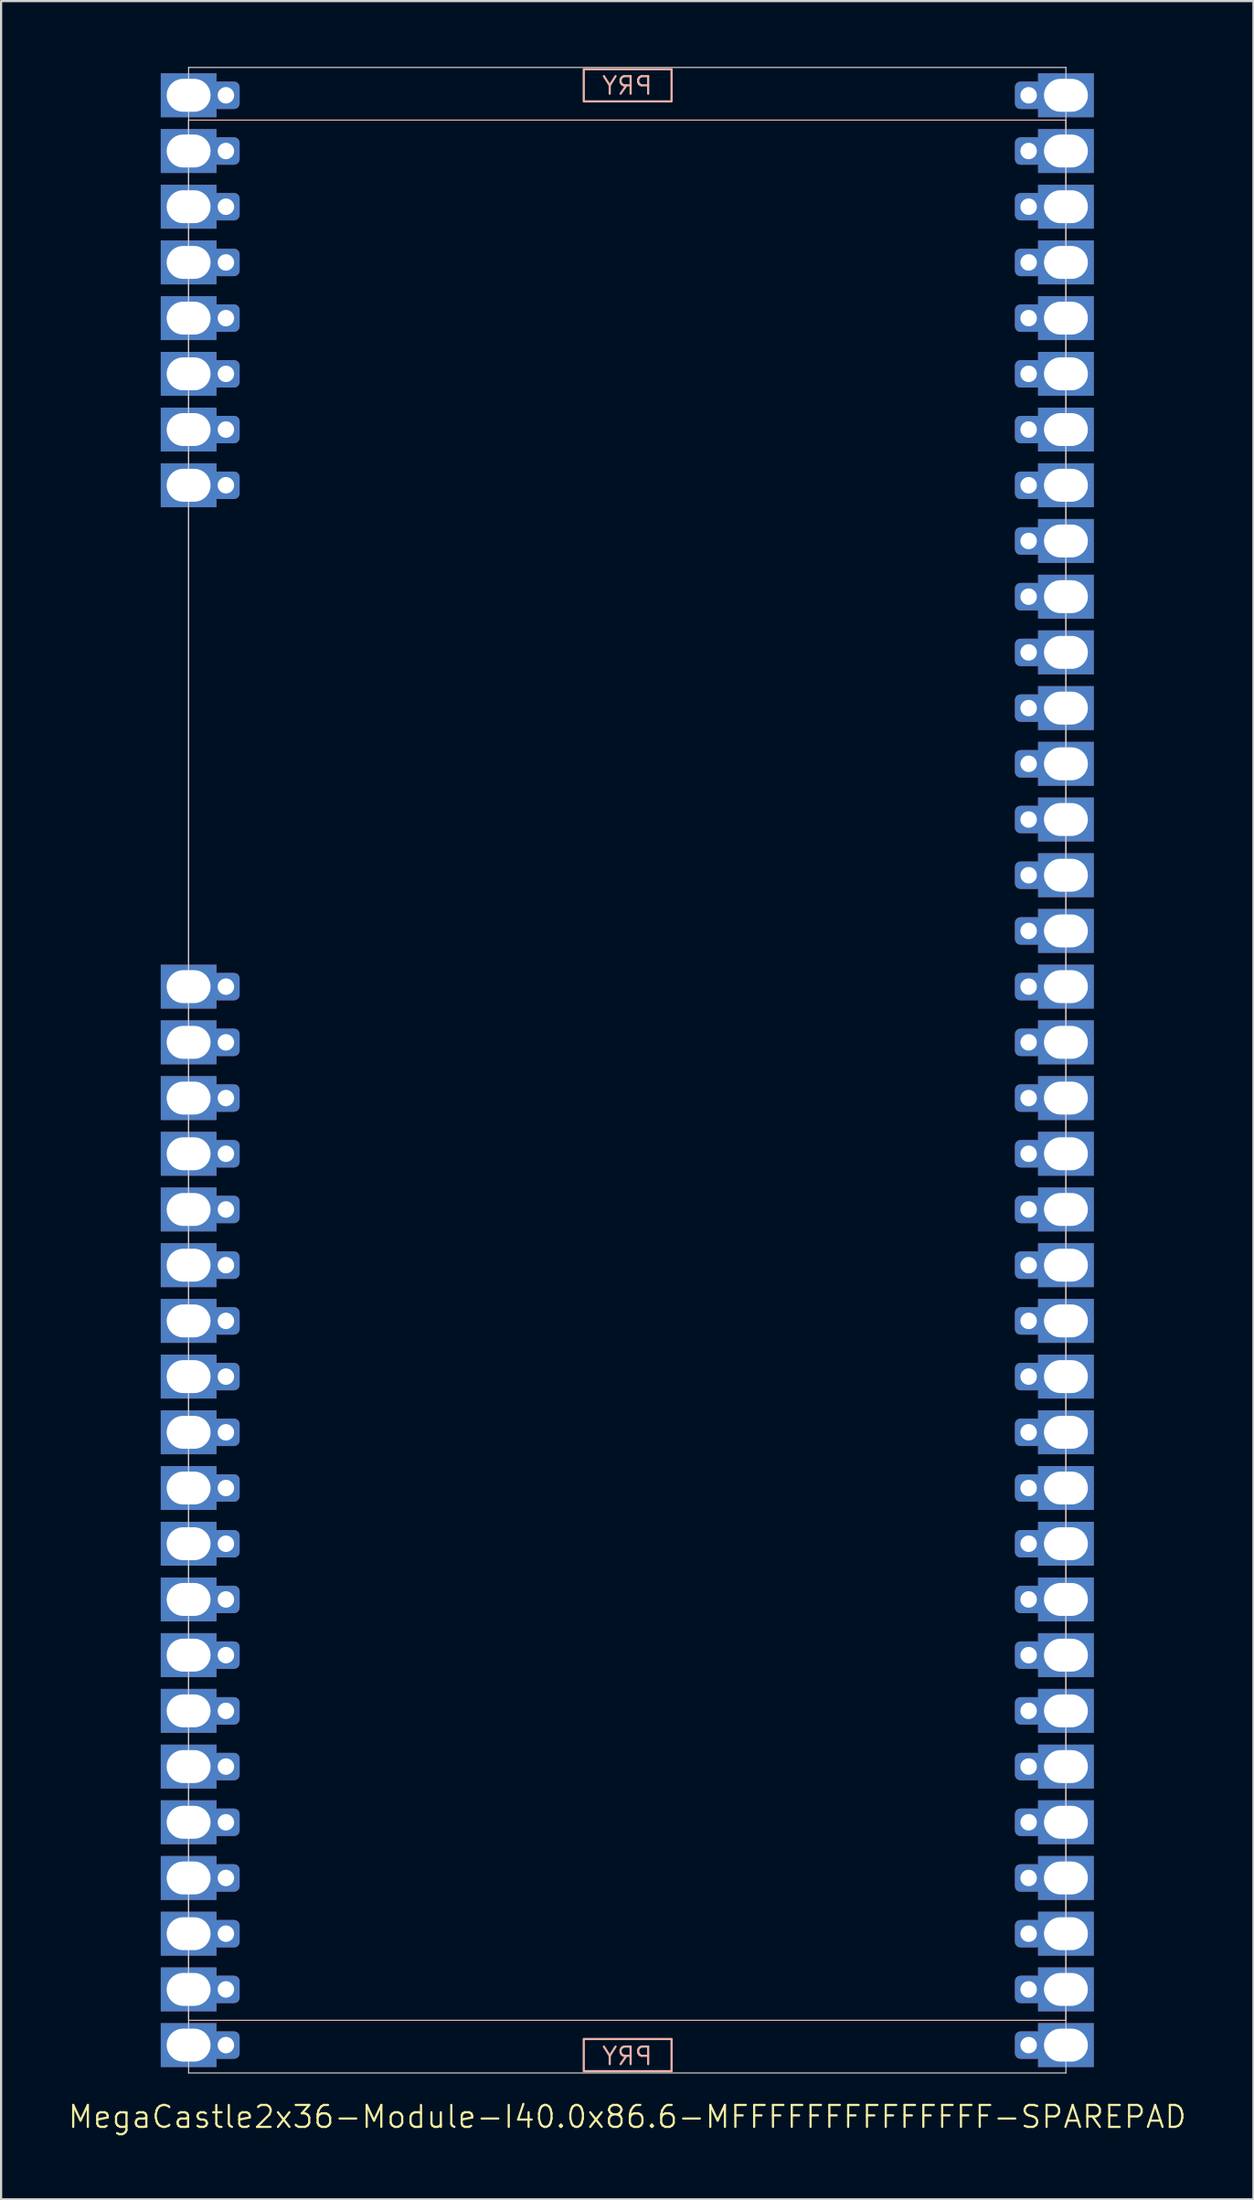
<source format=kicad_pcb>
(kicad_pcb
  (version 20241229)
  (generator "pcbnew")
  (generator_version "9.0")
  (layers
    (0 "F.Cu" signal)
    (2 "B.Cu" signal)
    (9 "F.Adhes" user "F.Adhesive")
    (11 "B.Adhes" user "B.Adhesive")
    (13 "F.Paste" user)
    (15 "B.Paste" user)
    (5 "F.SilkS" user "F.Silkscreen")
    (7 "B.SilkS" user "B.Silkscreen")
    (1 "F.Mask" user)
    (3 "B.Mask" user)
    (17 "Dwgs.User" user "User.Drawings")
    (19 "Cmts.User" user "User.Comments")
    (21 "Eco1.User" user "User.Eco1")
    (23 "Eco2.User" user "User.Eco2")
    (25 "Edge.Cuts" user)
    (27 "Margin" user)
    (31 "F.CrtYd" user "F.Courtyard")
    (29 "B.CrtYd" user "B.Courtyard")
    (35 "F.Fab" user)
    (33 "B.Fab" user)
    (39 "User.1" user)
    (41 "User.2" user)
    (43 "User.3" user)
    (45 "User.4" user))
  (footprint "MegaCastle2x36-Module-I40.0x86.6-MFFFFFFFFFFFFFF-SPAREPAD"
    (layer "F.Cu")
    (at 25.55 45.745)
    (property "Reference" "MegaCastle2x36-Module-I40.0x86.6-MFFFFFFFFFFFFFF-SPAREPAD" (at 0 47.72 0) (unlocked yes) (layer "F.SilkS") (effects (font (size 1 1) (thickness 0.1))))
    (attr smd)
    (fp_rect (start -20 43.32) (end 20 -43.32) (stroke (width 0.05) (type default)) (fill no) (layer "B.SilkS"))
    (fp_rect (start -1.984 -44.171) (end 2.02 -45.64) (stroke (width 0.1) (type default)) (fill no) (layer "B.SilkS"))
    (fp_rect (start -1.984 44.171) (end 2.02 45.64) (stroke (width 0.1) (type default)) (fill no) (layer "B.SilkS"))
    (fp_line (start -20 -45.72) (end -20 45.72) (stroke (width 0.05) (type default)) (layer "Edge.Cuts"))
    (fp_line (start -20 -45.72) (end 20 -45.72) (stroke (width 0.05) (type default)) (layer "Edge.Cuts"))
    (fp_line (start -20 45.72) (end 20 45.72) (stroke (width 0.05) (type default)) (layer "Edge.Cuts"))
    (fp_line (start 20 -45.72) (end 20 45.72) (stroke (width 0.05) (type default)) (layer "Edge.Cuts"))
    (fp_text user "PRY" (at 0 45.42 0) (unlocked yes) (layer "B.SilkS") (effects (font (size 0.8 0.8) (thickness 0.1)) (justify bottom mirror)))
    (fp_text user "PRY" (at 0 -44.42 0) (unlocked yes) (layer "B.SilkS") (effects (font (size 0.8 0.8) (thickness 0.1)) (justify bottom mirror)))
    (pad "1" thru_hole rect (at -20 -44.45) (size 2.54 2) (drill oval 2 1.5) (property pad_prop_castellated) (layers "*.Cu" "*.Mask"))
    (pad "1" thru_hole roundrect (at -18.3 -44.45 180) (size 1.25 1.25) (drill 0.75) (layers "*.Cu" "*.Mask") (roundrect_rratio 0.2))
    (pad "2" thru_hole rect (at -20 -41.91) (size 2.54 2) (drill oval 2 1.5) (property pad_prop_castellated) (layers "*.Cu" "*.Mask"))
    (pad "2" thru_hole roundrect (at -18.3 -41.91 180) (size 1.25 1.25) (drill 0.75) (layers "*.Cu" "*.Mask") (roundrect_rratio 0.2))
    (pad "3" thru_hole rect (at -20 -39.37) (size 2.54 2) (drill oval 2 1.5) (property pad_prop_castellated) (layers "*.Cu" "*.Mask"))
    (pad "3" thru_hole roundrect (at -18.3 -39.37 180) (size 1.25 1.25) (drill 0.75) (layers "*.Cu" "*.Mask") (roundrect_rratio 0.2))
    (pad "4" thru_hole rect (at -20 -36.83) (size 2.54 2) (drill oval 2 1.5) (property pad_prop_castellated) (layers "*.Cu" "*.Mask"))
    (pad "4" thru_hole roundrect (at -18.3 -36.83 180) (size 1.25 1.25) (drill 0.75) (layers "*.Cu" "*.Mask") (roundrect_rratio 0.2))
    (pad "5" thru_hole rect (at -20 -34.29) (size 2.54 2) (drill oval 2 1.5) (property pad_prop_castellated) (layers "*.Cu" "*.Mask"))
    (pad "5" thru_hole roundrect (at -18.3 -34.29 180) (size 1.25 1.25) (drill 0.75) (layers "*.Cu" "*.Mask") (roundrect_rratio 0.2))
    (pad "6" thru_hole rect (at -20 -31.75) (size 2.54 2) (drill oval 2 1.5) (property pad_prop_castellated) (layers "*.Cu" "*.Mask"))
    (pad "6" thru_hole roundrect (at -18.3 -31.75 180) (size 1.25 1.25) (drill 0.75) (layers "*.Cu" "*.Mask") (roundrect_rratio 0.2))
    (pad "7" thru_hole rect (at -20 -29.21) (size 2.54 2) (drill oval 2 1.5) (property pad_prop_castellated) (layers "*.Cu" "*.Mask"))
    (pad "7" thru_hole roundrect (at -18.3 -29.21 180) (size 1.25 1.25) (drill 0.75) (layers "*.Cu" "*.Mask") (roundrect_rratio 0.2))
    (pad "8" thru_hole rect (at -20 -26.67) (size 2.54 2) (drill oval 2 1.5) (property pad_prop_castellated) (layers "*.Cu" "*.Mask"))
    (pad "8" thru_hole roundrect (at -18.3 -26.67 180) (size 1.25 1.25) (drill 0.75) (layers "*.Cu" "*.Mask") (roundrect_rratio 0.2))
    (pad "17" thru_hole rect (at -20 -3.81) (size 2.54 2) (drill oval 2 1.5) (property pad_prop_castellated) (layers "*.Cu" "*.Mask"))
    (pad "17" thru_hole roundrect (at -18.3 -3.81 180) (size 1.25 1.25) (drill 0.75) (layers "*.Cu" "*.Mask") (roundrect_rratio 0.2))
    (pad "18" thru_hole rect (at -20 -1.27) (size 2.54 2) (drill oval 2 1.5) (property pad_prop_castellated) (layers "*.Cu" "*.Mask"))
    (pad "18" thru_hole roundrect (at -18.3 -1.27 180) (size 1.25 1.25) (drill 0.75) (layers "*.Cu" "*.Mask") (roundrect_rratio 0.2))
    (pad "19" thru_hole rect (at -20 1.27) (size 2.54 2) (drill oval 2 1.5) (property pad_prop_castellated) (layers "*.Cu" "*.Mask"))
    (pad "19" thru_hole roundrect (at -18.3 1.27 180) (size 1.25 1.25) (drill 0.75) (layers "*.Cu" "*.Mask") (roundrect_rratio 0.2))
    (pad "20" thru_hole rect (at -20 3.81) (size 2.54 2) (drill oval 2 1.5) (property pad_prop_castellated) (layers "*.Cu" "*.Mask"))
    (pad "20" thru_hole roundrect (at -18.3 3.81 180) (size 1.25 1.25) (drill 0.75) (layers "*.Cu" "*.Mask") (roundrect_rratio 0.2))
    (pad "21" thru_hole rect (at -20 6.35) (size 2.54 2) (drill oval 2 1.5) (property pad_prop_castellated) (layers "*.Cu" "*.Mask"))
    (pad "21" thru_hole roundrect (at -18.3 6.35 180) (size 1.25 1.25) (drill 0.75) (layers "*.Cu" "*.Mask") (roundrect_rratio 0.2))
    (pad "22" thru_hole rect (at -20 8.89) (size 2.54 2) (drill oval 2 1.5) (property pad_prop_castellated) (layers "*.Cu" "*.Mask"))
    (pad "22" thru_hole roundrect (at -18.3 8.89 180) (size 1.25 1.25) (drill 0.75) (layers "*.Cu" "*.Mask") (roundrect_rratio 0.2))
    (pad "23" thru_hole rect (at -20 11.43) (size 2.54 2) (drill oval 2 1.5) (property pad_prop_castellated) (layers "*.Cu" "*.Mask"))
    (pad "23" thru_hole roundrect (at -18.3 11.43 180) (size 1.25 1.25) (drill 0.75) (layers "*.Cu" "*.Mask") (roundrect_rratio 0.2))
    (pad "24" thru_hole rect (at -20 13.97) (size 2.54 2) (drill oval 2 1.5) (property pad_prop_castellated) (layers "*.Cu" "*.Mask"))
    (pad "24" thru_hole roundrect (at -18.3 13.97 180) (size 1.25 1.25) (drill 0.75) (layers "*.Cu" "*.Mask") (roundrect_rratio 0.2))
    (pad "25" thru_hole rect (at -20 16.51) (size 2.54 2) (drill oval 2 1.5) (property pad_prop_castellated) (layers "*.Cu" "*.Mask"))
    (pad "25" thru_hole roundrect (at -18.3 16.51 180) (size 1.25 1.25) (drill 0.75) (layers "*.Cu" "*.Mask") (roundrect_rratio 0.2))
    (pad "26" thru_hole rect (at -20 19.05) (size 2.54 2) (drill oval 2 1.5) (property pad_prop_castellated) (layers "*.Cu" "*.Mask"))
    (pad "26" thru_hole roundrect (at -18.3 19.05 180) (size 1.25 1.25) (drill 0.75) (layers "*.Cu" "*.Mask") (roundrect_rratio 0.2))
    (pad "27" thru_hole rect (at -20 21.59) (size 2.54 2) (drill oval 2 1.5) (property pad_prop_castellated) (layers "*.Cu" "*.Mask"))
    (pad "27" thru_hole roundrect (at -18.3 21.59 180) (size 1.25 1.25) (drill 0.75) (layers "*.Cu" "*.Mask") (roundrect_rratio 0.2))
    (pad "28" thru_hole rect (at -20 24.13) (size 2.54 2) (drill oval 2 1.5) (property pad_prop_castellated) (layers "*.Cu" "*.Mask"))
    (pad "28" thru_hole roundrect (at -18.3 24.13 180) (size 1.25 1.25) (drill 0.75) (layers "*.Cu" "*.Mask") (roundrect_rratio 0.2))
    (pad "29" thru_hole rect (at -20 26.67) (size 2.54 2) (drill oval 2 1.5) (property pad_prop_castellated) (layers "*.Cu" "*.Mask"))
    (pad "29" thru_hole roundrect (at -18.3 26.67 180) (size 1.25 1.25) (drill 0.75) (layers "*.Cu" "*.Mask") (roundrect_rratio 0.2))
    (pad "30" thru_hole rect (at -20 29.21) (size 2.54 2) (drill oval 2 1.5) (property pad_prop_castellated) (layers "*.Cu" "*.Mask"))
    (pad "30" thru_hole roundrect (at -18.3 29.21 180) (size 1.25 1.25) (drill 0.75) (layers "*.Cu" "*.Mask") (roundrect_rratio 0.2))
    (pad "31" thru_hole rect (at -20 31.75) (size 2.54 2) (drill oval 2 1.5) (property pad_prop_castellated) (layers "*.Cu" "*.Mask"))
    (pad "31" thru_hole roundrect (at -18.3 31.75 180) (size 1.25 1.25) (drill 0.75) (layers "*.Cu" "*.Mask") (roundrect_rratio 0.2))
    (pad "32" thru_hole rect (at -20 34.29) (size 2.54 2) (drill oval 2 1.5) (property pad_prop_castellated) (layers "*.Cu" "*.Mask"))
    (pad "32" thru_hole roundrect (at -18.3 34.29 180) (size 1.25 1.25) (drill 0.75) (layers "*.Cu" "*.Mask") (roundrect_rratio 0.2))
    (pad "33" thru_hole rect (at -20 36.83) (size 2.54 2) (drill oval 2 1.5) (property pad_prop_castellated) (layers "*.Cu" "*.Mask"))
    (pad "33" thru_hole roundrect (at -18.3 36.83 180) (size 1.25 1.25) (drill 0.75) (layers "*.Cu" "*.Mask") (roundrect_rratio 0.2))
    (pad "34" thru_hole rect (at -20 39.37) (size 2.54 2) (drill oval 2 1.5) (property pad_prop_castellated) (layers "*.Cu" "*.Mask"))
    (pad "34" thru_hole roundrect (at -18.3 39.37 180) (size 1.25 1.25) (drill 0.75) (layers "*.Cu" "*.Mask") (roundrect_rratio 0.2))
    (pad "35" thru_hole rect (at -20 41.91) (size 2.54 2) (drill oval 2 1.5) (property pad_prop_castellated) (layers "*.Cu" "*.Mask"))
    (pad "35" thru_hole roundrect (at -18.3 41.91 180) (size 1.25 1.25) (drill 0.75) (layers "*.Cu" "*.Mask") (roundrect_rratio 0.2))
    (pad "36" thru_hole rect (at -20 44.45) (size 2.54 2) (drill oval 2 1.5) (property pad_prop_castellated) (layers "*.Cu" "*.Mask"))
    (pad "36" thru_hole roundrect (at -18.3 44.45 180) (size 1.25 1.25) (drill 0.75) (layers "*.Cu" "*.Mask") (roundrect_rratio 0.2))
    (pad "37" thru_hole roundrect (at 18.3 -44.45 180) (size 1.25 1.25) (drill 0.75) (layers "*.Cu" "*.Mask") (roundrect_rratio 0.2))
    (pad "37" thru_hole rect (at 20 -44.45) (size 2.54 2) (drill oval 2 1.5) (property pad_prop_castellated) (layers "*.Cu" "*.Mask"))
    (pad "38" thru_hole roundrect (at 18.3 -41.91 180) (size 1.25 1.25) (drill 0.75) (layers "*.Cu" "*.Mask") (roundrect_rratio 0.2))
    (pad "38" thru_hole rect (at 20 -41.91) (size 2.54 2) (drill oval 2 1.5) (property pad_prop_castellated) (layers "*.Cu" "*.Mask"))
    (pad "39" thru_hole roundrect (at 18.3 -39.37 180) (size 1.25 1.25) (drill 0.75) (layers "*.Cu" "*.Mask") (roundrect_rratio 0.2))
    (pad "39" thru_hole rect (at 20 -39.37) (size 2.54 2) (drill oval 2 1.5) (property pad_prop_castellated) (layers "*.Cu" "*.Mask"))
    (pad "40" thru_hole roundrect (at 18.3 -36.83 180) (size 1.25 1.25) (drill 0.75) (layers "*.Cu" "*.Mask") (roundrect_rratio 0.2))
    (pad "40" thru_hole rect (at 20 -36.83) (size 2.54 2) (drill oval 2 1.5) (property pad_prop_castellated) (layers "*.Cu" "*.Mask"))
    (pad "41" thru_hole roundrect (at 18.3 -34.29 180) (size 1.25 1.25) (drill 0.75) (layers "*.Cu" "*.Mask") (roundrect_rratio 0.2))
    (pad "41" thru_hole rect (at 20 -34.29) (size 2.54 2) (drill oval 2 1.5) (property pad_prop_castellated) (layers "*.Cu" "*.Mask"))
    (pad "42" thru_hole roundrect (at 18.3 -31.75 180) (size 1.25 1.25) (drill 0.75) (layers "*.Cu" "*.Mask") (roundrect_rratio 0.2))
    (pad "42" thru_hole rect (at 20 -31.75) (size 2.54 2) (drill oval 2 1.5) (property pad_prop_castellated) (layers "*.Cu" "*.Mask"))
    (pad "43" thru_hole roundrect (at 18.3 -29.21 180) (size 1.25 1.25) (drill 0.75) (layers "*.Cu" "*.Mask") (roundrect_rratio 0.2))
    (pad "43" thru_hole rect (at 20 -29.21) (size 2.54 2) (drill oval 2 1.5) (property pad_prop_castellated) (layers "*.Cu" "*.Mask"))
    (pad "44" thru_hole roundrect (at 18.3 -26.67 180) (size 1.25 1.25) (drill 0.75) (layers "*.Cu" "*.Mask") (roundrect_rratio 0.2))
    (pad "44" thru_hole rect (at 20 -26.67) (size 2.54 2) (drill oval 2 1.5) (property pad_prop_castellated) (layers "*.Cu" "*.Mask"))
    (pad "45" thru_hole roundrect (at 18.3 -24.13 180) (size 1.25 1.25) (drill 0.75) (layers "*.Cu" "*.Mask") (roundrect_rratio 0.2))
    (pad "45" thru_hole rect (at 20 -24.13) (size 2.54 2) (drill oval 2 1.5) (property pad_prop_castellated) (layers "*.Cu" "*.Mask"))
    (pad "46" thru_hole roundrect (at 18.3 -21.59 180) (size 1.25 1.25) (drill 0.75) (layers "*.Cu" "*.Mask") (roundrect_rratio 0.2))
    (pad "46" thru_hole rect (at 20 -21.59) (size 2.54 2) (drill oval 2 1.5) (property pad_prop_castellated) (layers "*.Cu" "*.Mask"))
    (pad "47" thru_hole roundrect (at 18.3 -19.05 180) (size 1.25 1.25) (drill 0.75) (layers "*.Cu" "*.Mask") (roundrect_rratio 0.2))
    (pad "47" thru_hole rect (at 20 -19.05) (size 2.54 2) (drill oval 2 1.5) (property pad_prop_castellated) (layers "*.Cu" "*.Mask"))
    (pad "48" thru_hole roundrect (at 18.3 -16.51 180) (size 1.25 1.25) (drill 0.75) (layers "*.Cu" "*.Mask") (roundrect_rratio 0.2))
    (pad "48" thru_hole rect (at 20 -16.51) (size 2.54 2) (drill oval 2 1.5) (property pad_prop_castellated) (layers "*.Cu" "*.Mask"))
    (pad "49" thru_hole roundrect (at 18.3 -13.97 180) (size 1.25 1.25) (drill 0.75) (layers "*.Cu" "*.Mask") (roundrect_rratio 0.2))
    (pad "49" thru_hole rect (at 20 -13.97) (size 2.54 2) (drill oval 2 1.5) (property pad_prop_castellated) (layers "*.Cu" "*.Mask"))
    (pad "50" thru_hole roundrect (at 18.3 -11.43 180) (size 1.25 1.25) (drill 0.75) (layers "*.Cu" "*.Mask") (roundrect_rratio 0.2))
    (pad "50" thru_hole rect (at 20 -11.43) (size 2.54 2) (drill oval 2 1.5) (property pad_prop_castellated) (layers "*.Cu" "*.Mask"))
    (pad "51" thru_hole roundrect (at 18.3 -8.89 180) (size 1.25 1.25) (drill 0.75) (layers "*.Cu" "*.Mask") (roundrect_rratio 0.2))
    (pad "51" thru_hole rect (at 20 -8.89) (size 2.54 2) (drill oval 2 1.5) (property pad_prop_castellated) (layers "*.Cu" "*.Mask"))
    (pad "52" thru_hole roundrect (at 18.3 -6.35 180) (size 1.25 1.25) (drill 0.75) (layers "*.Cu" "*.Mask") (roundrect_rratio 0.2))
    (pad "52" thru_hole rect (at 20 -6.35) (size 2.54 2) (drill oval 2 1.5) (property pad_prop_castellated) (layers "*.Cu" "*.Mask"))
    (pad "53" thru_hole roundrect (at 18.3 -3.81 180) (size 1.25 1.25) (drill 0.75) (layers "*.Cu" "*.Mask") (roundrect_rratio 0.2))
    (pad "53" thru_hole rect (at 20 -3.81) (size 2.54 2) (drill oval 2 1.5) (property pad_prop_castellated) (layers "*.Cu" "*.Mask"))
    (pad "54" thru_hole roundrect (at 18.3 -1.27 180) (size 1.25 1.25) (drill 0.75) (layers "*.Cu" "*.Mask") (roundrect_rratio 0.2))
    (pad "54" thru_hole rect (at 20 -1.27) (size 2.54 2) (drill oval 2 1.5) (property pad_prop_castellated) (layers "*.Cu" "*.Mask"))
    (pad "55" thru_hole roundrect (at 18.3 1.27 180) (size 1.25 1.25) (drill 0.75) (layers "*.Cu" "*.Mask") (roundrect_rratio 0.2))
    (pad "55" thru_hole rect (at 20 1.27) (size 2.54 2) (drill oval 2 1.5) (property pad_prop_castellated) (layers "*.Cu" "*.Mask"))
    (pad "56" thru_hole roundrect (at 18.3 3.81 180) (size 1.25 1.25) (drill 0.75) (layers "*.Cu" "*.Mask") (roundrect_rratio 0.2))
    (pad "56" thru_hole rect (at 20 3.81) (size 2.54 2) (drill oval 2 1.5) (property pad_prop_castellated) (layers "*.Cu" "*.Mask"))
    (pad "57" thru_hole roundrect (at 18.3 6.35 180) (size 1.25 1.25) (drill 0.75) (layers "*.Cu" "*.Mask") (roundrect_rratio 0.2))
    (pad "57" thru_hole rect (at 20 6.35) (size 2.54 2) (drill oval 2 1.5) (property pad_prop_castellated) (layers "*.Cu" "*.Mask"))
    (pad "58" thru_hole roundrect (at 18.3 8.89 180) (size 1.25 1.25) (drill 0.75) (layers "*.Cu" "*.Mask") (roundrect_rratio 0.2))
    (pad "58" thru_hole rect (at 20 8.89) (size 2.54 2) (drill oval 2 1.5) (property pad_prop_castellated) (layers "*.Cu" "*.Mask"))
    (pad "59" thru_hole roundrect (at 18.3 11.43 180) (size 1.25 1.25) (drill 0.75) (layers "*.Cu" "*.Mask") (roundrect_rratio 0.2))
    (pad "59" thru_hole rect (at 20 11.43) (size 2.54 2) (drill oval 2 1.5) (property pad_prop_castellated) (layers "*.Cu" "*.Mask"))
    (pad "60" thru_hole roundrect (at 18.3 13.97 180) (size 1.25 1.25) (drill 0.75) (layers "*.Cu" "*.Mask") (roundrect_rratio 0.2))
    (pad "60" thru_hole rect (at 20 13.97) (size 2.54 2) (drill oval 2 1.5) (property pad_prop_castellated) (layers "*.Cu" "*.Mask"))
    (pad "61" thru_hole roundrect (at 18.3 16.51 180) (size 1.25 1.25) (drill 0.75) (layers "*.Cu" "*.Mask") (roundrect_rratio 0.2))
    (pad "61" thru_hole rect (at 20 16.51) (size 2.54 2) (drill oval 2 1.5) (property pad_prop_castellated) (layers "*.Cu" "*.Mask"))
    (pad "62" thru_hole roundrect (at 18.3 19.05 180) (size 1.25 1.25) (drill 0.75) (layers "*.Cu" "*.Mask") (roundrect_rratio 0.2))
    (pad "62" thru_hole rect (at 20 19.05) (size 2.54 2) (drill oval 2 1.5) (property pad_prop_castellated) (layers "*.Cu" "*.Mask"))
    (pad "63" thru_hole roundrect (at 18.3 21.59 180) (size 1.25 1.25) (drill 0.75) (layers "*.Cu" "*.Mask") (roundrect_rratio 0.2))
    (pad "63" thru_hole rect (at 20 21.59) (size 2.54 2) (drill oval 2 1.5) (property pad_prop_castellated) (layers "*.Cu" "*.Mask"))
    (pad "64" thru_hole roundrect (at 18.3 24.13 180) (size 1.25 1.25) (drill 0.75) (layers "*.Cu" "*.Mask") (roundrect_rratio 0.2))
    (pad "64" thru_hole rect (at 20 24.13) (size 2.54 2) (drill oval 2 1.5) (property pad_prop_castellated) (layers "*.Cu" "*.Mask"))
    (pad "65" thru_hole roundrect (at 18.3 26.67 180) (size 1.25 1.25) (drill 0.75) (layers "*.Cu" "*.Mask") (roundrect_rratio 0.2))
    (pad "65" thru_hole rect (at 20 26.67) (size 2.54 2) (drill oval 2 1.5) (property pad_prop_castellated) (layers "*.Cu" "*.Mask"))
    (pad "66" thru_hole roundrect (at 18.3 29.21 180) (size 1.25 1.25) (drill 0.75) (layers "*.Cu" "*.Mask") (roundrect_rratio 0.2))
    (pad "66" thru_hole rect (at 20 29.21) (size 2.54 2) (drill oval 2 1.5) (property pad_prop_castellated) (layers "*.Cu" "*.Mask"))
    (pad "67" thru_hole roundrect (at 18.3 31.75 180) (size 1.25 1.25) (drill 0.75) (layers "*.Cu" "*.Mask") (roundrect_rratio 0.2))
    (pad "67" thru_hole rect (at 20 31.75) (size 2.54 2) (drill oval 2 1.5) (property pad_prop_castellated) (layers "*.Cu" "*.Mask"))
    (pad "68" thru_hole roundrect (at 18.3 34.29 180) (size 1.25 1.25) (drill 0.75) (layers "*.Cu" "*.Mask") (roundrect_rratio 0.2))
    (pad "68" thru_hole rect (at 20 34.29) (size 2.54 2) (drill oval 2 1.5) (property pad_prop_castellated) (layers "*.Cu" "*.Mask"))
    (pad "69" thru_hole roundrect (at 18.3 36.83 180) (size 1.25 1.25) (drill 0.75) (layers "*.Cu" "*.Mask") (roundrect_rratio 0.2))
    (pad "69" thru_hole rect (at 20 36.83) (size 2.54 2) (drill oval 2 1.5) (property pad_prop_castellated) (layers "*.Cu" "*.Mask"))
    (pad "70" thru_hole roundrect (at 18.3 39.37 180) (size 1.25 1.25) (drill 0.75) (layers "*.Cu" "*.Mask") (roundrect_rratio 0.2))
    (pad "70" thru_hole rect (at 20 39.37) (size 2.54 2) (drill oval 2 1.5) (property pad_prop_castellated) (layers "*.Cu" "*.Mask"))
    (pad "71" thru_hole roundrect (at 18.3 41.91 180) (size 1.25 1.25) (drill 0.75) (layers "*.Cu" "*.Mask") (roundrect_rratio 0.2))
    (pad "71" thru_hole rect (at 20 41.91) (size 2.54 2) (drill oval 2 1.5) (property pad_prop_castellated) (layers "*.Cu" "*.Mask"))
    (pad "72" thru_hole roundrect (at 18.3 44.45 180) (size 1.25 1.25) (drill 0.75) (layers "*.Cu" "*.Mask") (roundrect_rratio 0.2))
    (pad "72" thru_hole rect (at 20 44.45) (size 2.54 2) (drill oval 2 1.5) (property pad_prop_castellated) (layers "*.Cu" "*.Mask"))
    (zone (net_name "") (layer "B.Cu") (hatch edge 0.5) (connect_pads) (min_thickness 0.25) (filled_areas_thickness no) (keepout (tracks allowed) (vias allowed) (pads allowed) (copperpour allowed) (footprints not_allowed)) (placement (enabled no)) (fill) (polygon (pts (xy 5.55 91.465) (xy 5.55 0.025))))
    (zone (net_name "") (layer "B.Cu") (hatch edge 0.5) (connect_pads) (min_thickness 0.25) (filled_areas_thickness no) (keepout (tracks allowed) (vias allowed) (pads allowed) (copperpour allowed) (footprints not_allowed)) (placement (enabled no)) (fill) (polygon (pts (xy 45.55 91.465) (xy 45.55 0.025))))
    (zone (net_name "") (layer "B.Cu") (hatch edge 0.5) (connect_pads) (min_thickness 0.25) (filled_areas_thickness no) (keepout (tracks allowed) (vias allowed) (pads allowed) (copperpour allowed) (footprints not_allowed)) (placement (enabled no)) (fill) (polygon (pts (xy 5.55 0.025) (xy 5.55 2.425) (xy 45.55 2.425) (xy 45.55 0.025))))
    (zone (net_name "") (layer "B.Cu") (hatch edge 0.5) (connect_pads) (min_thickness 0.25) (filled_areas_thickness no) (keepout (tracks allowed) (vias allowed) (pads allowed) (copperpour allowed) (footprints not_allowed)) (placement (enabled no)) (fill) (polygon (pts (xy 5.55 91.465) (xy 5.55 89.065) (xy 45.55 89.065) (xy 45.55 91.465))))
    (zone (net_name "") (layer "B.Cu") (name "Upper Pry Zone") (hatch edge 0.5) (connect_pads) (min_thickness 0.25) (filled_areas_thickness no) (keepout (tracks not_allowed) (vias not_allowed) (pads not_allowed) (copperpour allowed) (footprints not_allowed)) (placement (enabled no)) (fill) (polygon (pts (xy 23.566 1.574) (xy 23.566 0.105) (xy 27.57 0.105) (xy 27.57 1.574))))
    (zone (net_name "") (layer "B.Cu") (name "Upper Pry Zone") (hatch edge 0.5) (connect_pads) (min_thickness 0.25) (filled_areas_thickness no) (keepout (tracks not_allowed) (vias not_allowed) (pads not_allowed) (copperpour allowed) (footprints not_allowed)) (placement (enabled no)) (fill) (polygon (pts (xy 23.566 89.916) (xy 23.566 91.385) (xy 27.57 91.385) (xy 27.57 89.916)))))
  (gr_rect
    (start -3 -3)
    (end 54.1 97.226)
    (stroke (width 0.1) (type default))
    (fill no)
    (layer "Edge.Cuts")))
</source>
